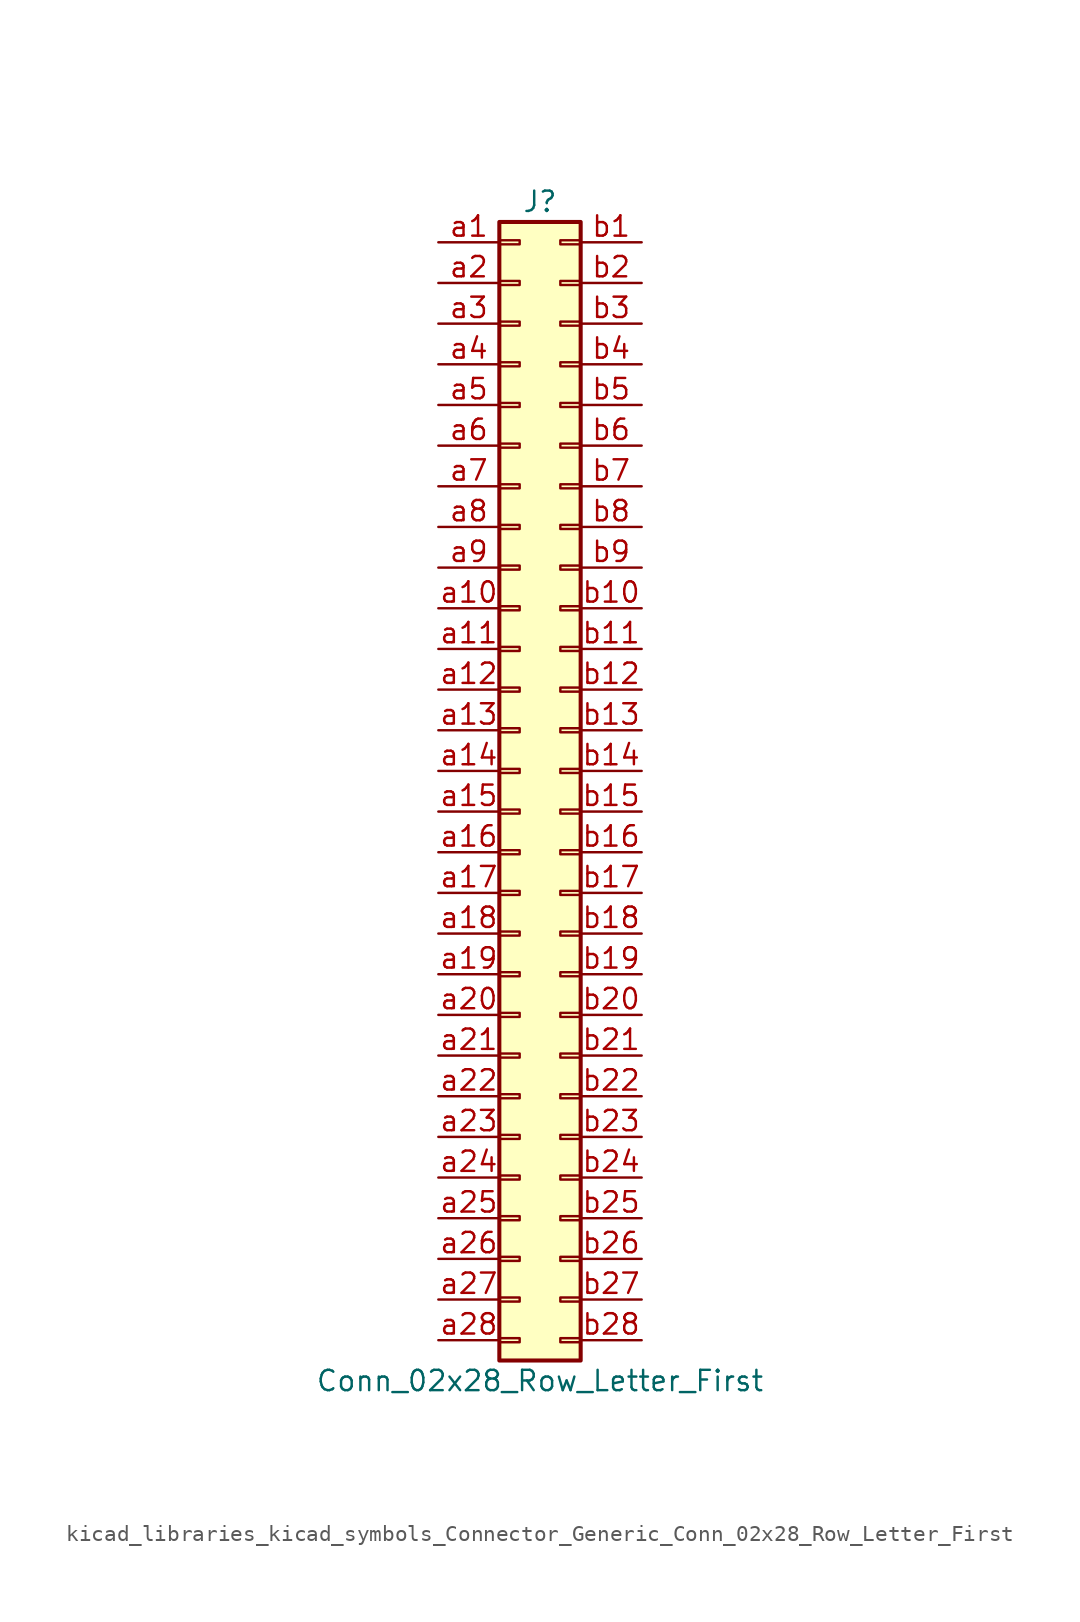
<source format=kicad_sym>
(kicad_symbol_lib
  (version 20220914)
  (generator kicad_symbol_editor)
  (symbol "kicad_libraries_kicad_symbols_Connector_Generic_Conn_02x28_Row_Letter_First"
    (pin_names
      (offset 1.016) hide)
    (property "Reference" "J"
      (at 1.27 35.56 0)
      (effects (font (size 1.27 1.27))))
    (property "Value" "Conn_02x28_Row_Letter_First"
      (at 1.27 -38.1 0)
      (effects (font (size 1.27 1.27))))
    (symbol "kicad_libraries_kicad_symbols_Connector_Generic_Conn_02x28_Row_Letter_First_1_1"
      (rectangle (start -1.27 -35.433) (end 0 -35.687) (stroke (width 0.152) (type default)) (fill (type none)))
      (rectangle (start -1.27 -32.893) (end 0 -33.147) (stroke (width 0.152) (type default)) (fill (type none)))
      (rectangle (start -1.27 -30.353) (end 0 -30.607) (stroke (width 0.152) (type default)) (fill (type none)))
      (rectangle (start -1.27 -27.813) (end 0 -28.067) (stroke (width 0.152) (type default)) (fill (type none)))
      (rectangle (start -1.27 -25.273) (end 0 -25.527) (stroke (width 0.152) (type default)) (fill (type none)))
      (rectangle (start -1.27 -22.733) (end 0 -22.987) (stroke (width 0.152) (type default)) (fill (type none)))
      (rectangle (start -1.27 -20.193) (end 0 -20.447) (stroke (width 0.152) (type default)) (fill (type none)))
      (rectangle (start -1.27 -17.653) (end 0 -17.907) (stroke (width 0.152) (type default)) (fill (type none)))
      (rectangle (start -1.27 -15.113) (end 0 -15.367) (stroke (width 0.152) (type default)) (fill (type none)))
      (rectangle (start -1.27 -12.573) (end 0 -12.827) (stroke (width 0.152) (type default)) (fill (type none)))
      (rectangle (start -1.27 -10.033) (end 0 -10.287) (stroke (width 0.152) (type default)) (fill (type none)))
      (rectangle (start -1.27 -7.493) (end 0 -7.747) (stroke (width 0.152) (type default)) (fill (type none)))
      (rectangle (start -1.27 -4.953) (end 0 -5.207) (stroke (width 0.152) (type default)) (fill (type none)))
      (rectangle (start -1.27 -2.413) (end 0 -2.667) (stroke (width 0.152) (type default)) (fill (type none)))
      (rectangle (start -1.27 0.127) (end 0 -0.127) (stroke (width 0.152) (type default)) (fill (type none)))
      (rectangle (start -1.27 2.667) (end 0 2.413) (stroke (width 0.152) (type default)) (fill (type none)))
      (rectangle (start -1.27 5.207) (end 0 4.953) (stroke (width 0.152) (type default)) (fill (type none)))
      (rectangle (start -1.27 7.747) (end 0 7.493) (stroke (width 0.152) (type default)) (fill (type none)))
      (rectangle (start -1.27 10.287) (end 0 10.033) (stroke (width 0.152) (type default)) (fill (type none)))
      (rectangle (start -1.27 12.827) (end 0 12.573) (stroke (width 0.152) (type default)) (fill (type none)))
      (rectangle (start -1.27 15.367) (end 0 15.113) (stroke (width 0.152) (type default)) (fill (type none)))
      (rectangle (start -1.27 17.907) (end 0 17.653) (stroke (width 0.152) (type default)) (fill (type none)))
      (rectangle (start -1.27 20.447) (end 0 20.193) (stroke (width 0.152) (type default)) (fill (type none)))
      (rectangle (start -1.27 22.987) (end 0 22.733) (stroke (width 0.152) (type default)) (fill (type none)))
      (rectangle (start -1.27 25.527) (end 0 25.273) (stroke (width 0.152) (type default)) (fill (type none)))
      (rectangle (start -1.27 28.067) (end 0 27.813) (stroke (width 0.152) (type default)) (fill (type none)))
      (rectangle (start -1.27 30.607) (end 0 30.353) (stroke (width 0.152) (type default)) (fill (type none)))
      (rectangle (start -1.27 33.147) (end 0 32.893) (stroke (width 0.152) (type default)) (fill (type none)))
      (rectangle (start -1.27 34.29) (end 3.81 -36.83) (stroke (width 0.254) (type default)) (fill (type background)))
      (rectangle (start 3.81 -35.433) (end 2.54 -35.687) (stroke (width 0.152) (type default)) (fill (type none)))
      (rectangle (start 3.81 -32.893) (end 2.54 -33.147) (stroke (width 0.152) (type default)) (fill (type none)))
      (rectangle (start 3.81 -30.353) (end 2.54 -30.607) (stroke (width 0.152) (type default)) (fill (type none)))
      (rectangle (start 3.81 -27.813) (end 2.54 -28.067) (stroke (width 0.152) (type default)) (fill (type none)))
      (rectangle (start 3.81 -25.273) (end 2.54 -25.527) (stroke (width 0.152) (type default)) (fill (type none)))
      (rectangle (start 3.81 -22.733) (end 2.54 -22.987) (stroke (width 0.152) (type default)) (fill (type none)))
      (rectangle (start 3.81 -20.193) (end 2.54 -20.447) (stroke (width 0.152) (type default)) (fill (type none)))
      (rectangle (start 3.81 -17.653) (end 2.54 -17.907) (stroke (width 0.152) (type default)) (fill (type none)))
      (rectangle (start 3.81 -15.113) (end 2.54 -15.367) (stroke (width 0.152) (type default)) (fill (type none)))
      (rectangle (start 3.81 -12.573) (end 2.54 -12.827) (stroke (width 0.152) (type default)) (fill (type none)))
      (rectangle (start 3.81 -10.033) (end 2.54 -10.287) (stroke (width 0.152) (type default)) (fill (type none)))
      (rectangle (start 3.81 -7.493) (end 2.54 -7.747) (stroke (width 0.152) (type default)) (fill (type none)))
      (rectangle (start 3.81 -4.953) (end 2.54 -5.207) (stroke (width 0.152) (type default)) (fill (type none)))
      (rectangle (start 3.81 -2.413) (end 2.54 -2.667) (stroke (width 0.152) (type default)) (fill (type none)))
      (rectangle (start 3.81 0.127) (end 2.54 -0.127) (stroke (width 0.152) (type default)) (fill (type none)))
      (rectangle (start 3.81 2.667) (end 2.54 2.413) (stroke (width 0.152) (type default)) (fill (type none)))
      (rectangle (start 3.81 5.207) (end 2.54 4.953) (stroke (width 0.152) (type default)) (fill (type none)))
      (rectangle (start 3.81 7.747) (end 2.54 7.493) (stroke (width 0.152) (type default)) (fill (type none)))
      (rectangle (start 3.81 10.287) (end 2.54 10.033) (stroke (width 0.152) (type default)) (fill (type none)))
      (rectangle (start 3.81 12.827) (end 2.54 12.573) (stroke (width 0.152) (type default)) (fill (type none)))
      (rectangle (start 3.81 15.367) (end 2.54 15.113) (stroke (width 0.152) (type default)) (fill (type none)))
      (rectangle (start 3.81 17.907) (end 2.54 17.653) (stroke (width 0.152) (type default)) (fill (type none)))
      (rectangle (start 3.81 20.447) (end 2.54 20.193) (stroke (width 0.152) (type default)) (fill (type none)))
      (rectangle (start 3.81 22.987) (end 2.54 22.733) (stroke (width 0.152) (type default)) (fill (type none)))
      (rectangle (start 3.81 25.527) (end 2.54 25.273) (stroke (width 0.152) (type default)) (fill (type none)))
      (rectangle (start 3.81 28.067) (end 2.54 27.813) (stroke (width 0.152) (type default)) (fill (type none)))
      (rectangle (start 3.81 30.607) (end 2.54 30.353) (stroke (width 0.152) (type default)) (fill (type none)))
      (rectangle (start 3.81 33.147) (end 2.54 32.893) (stroke (width 0.152) (type default)) (fill (type none)))
      (pin passive line (at -5.08 33.02 0) (length 3.81) (name "Pin_a1" (effects (font (size 1.27 1.27)))) (number "a1" (effects (font (size 1.27 1.27)))))
      (pin passive line (at -5.08 10.16 0) (length 3.81) (name "Pin_a10" (effects (font (size 1.27 1.27)))) (number "a10" (effects (font (size 1.27 1.27)))))
      (pin passive line (at -5.08 7.62 0) (length 3.81) (name "Pin_a11" (effects (font (size 1.27 1.27)))) (number "a11" (effects (font (size 1.27 1.27)))))
      (pin passive line (at -5.08 5.08 0) (length 3.81) (name "Pin_a12" (effects (font (size 1.27 1.27)))) (number "a12" (effects (font (size 1.27 1.27)))))
      (pin passive line (at -5.08 2.54 0) (length 3.81) (name "Pin_a13" (effects (font (size 1.27 1.27)))) (number "a13" (effects (font (size 1.27 1.27)))))
      (pin passive line (at -5.08 0 0) (length 3.81) (name "Pin_a14" (effects (font (size 1.27 1.27)))) (number "a14" (effects (font (size 1.27 1.27)))))
      (pin passive line (at -5.08 -2.54 0) (length 3.81) (name "Pin_a15" (effects (font (size 1.27 1.27)))) (number "a15" (effects (font (size 1.27 1.27)))))
      (pin passive line (at -5.08 -5.08 0) (length 3.81) (name "Pin_a16" (effects (font (size 1.27 1.27)))) (number "a16" (effects (font (size 1.27 1.27)))))
      (pin passive line (at -5.08 -7.62 0) (length 3.81) (name "Pin_a17" (effects (font (size 1.27 1.27)))) (number "a17" (effects (font (size 1.27 1.27)))))
      (pin passive line (at -5.08 -10.16 0) (length 3.81) (name "Pin_a18" (effects (font (size 1.27 1.27)))) (number "a18" (effects (font (size 1.27 1.27)))))
      (pin passive line (at -5.08 -12.7 0) (length 3.81) (name "Pin_a19" (effects (font (size 1.27 1.27)))) (number "a19" (effects (font (size 1.27 1.27)))))
      (pin passive line (at -5.08 30.48 0) (length 3.81) (name "Pin_a2" (effects (font (size 1.27 1.27)))) (number "a2" (effects (font (size 1.27 1.27)))))
      (pin passive line (at -5.08 -15.24 0) (length 3.81) (name "Pin_a20" (effects (font (size 1.27 1.27)))) (number "a20" (effects (font (size 1.27 1.27)))))
      (pin passive line (at -5.08 -17.78 0) (length 3.81) (name "Pin_a21" (effects (font (size 1.27 1.27)))) (number "a21" (effects (font (size 1.27 1.27)))))
      (pin passive line (at -5.08 -20.32 0) (length 3.81) (name "Pin_a22" (effects (font (size 1.27 1.27)))) (number "a22" (effects (font (size 1.27 1.27)))))
      (pin passive line (at -5.08 -22.86 0) (length 3.81) (name "Pin_a23" (effects (font (size 1.27 1.27)))) (number "a23" (effects (font (size 1.27 1.27)))))
      (pin passive line (at -5.08 -25.4 0) (length 3.81) (name "Pin_a24" (effects (font (size 1.27 1.27)))) (number "a24" (effects (font (size 1.27 1.27)))))
      (pin passive line (at -5.08 -27.94 0) (length 3.81) (name "Pin_a25" (effects (font (size 1.27 1.27)))) (number "a25" (effects (font (size 1.27 1.27)))))
      (pin passive line (at -5.08 -30.48 0) (length 3.81) (name "Pin_a26" (effects (font (size 1.27 1.27)))) (number "a26" (effects (font (size 1.27 1.27)))))
      (pin passive line (at -5.08 -33.02 0) (length 3.81) (name "Pin_a27" (effects (font (size 1.27 1.27)))) (number "a27" (effects (font (size 1.27 1.27)))))
      (pin passive line (at -5.08 -35.56 0) (length 3.81) (name "Pin_a28" (effects (font (size 1.27 1.27)))) (number "a28" (effects (font (size 1.27 1.27)))))
      (pin passive line (at -5.08 27.94 0) (length 3.81) (name "Pin_a3" (effects (font (size 1.27 1.27)))) (number "a3" (effects (font (size 1.27 1.27)))))
      (pin passive line (at -5.08 25.4 0) (length 3.81) (name "Pin_a4" (effects (font (size 1.27 1.27)))) (number "a4" (effects (font (size 1.27 1.27)))))
      (pin passive line (at -5.08 22.86 0) (length 3.81) (name "Pin_a5" (effects (font (size 1.27 1.27)))) (number "a5" (effects (font (size 1.27 1.27)))))
      (pin passive line (at -5.08 20.32 0) (length 3.81) (name "Pin_a6" (effects (font (size 1.27 1.27)))) (number "a6" (effects (font (size 1.27 1.27)))))
      (pin passive line (at -5.08 17.78 0) (length 3.81) (name "Pin_a7" (effects (font (size 1.27 1.27)))) (number "a7" (effects (font (size 1.27 1.27)))))
      (pin passive line (at -5.08 15.24 0) (length 3.81) (name "Pin_a8" (effects (font (size 1.27 1.27)))) (number "a8" (effects (font (size 1.27 1.27)))))
      (pin passive line (at -5.08 12.7 0) (length 3.81) (name "Pin_a9" (effects (font (size 1.27 1.27)))) (number "a9" (effects (font (size 1.27 1.27)))))
      (pin passive line (at 7.62 33.02 180) (length 3.81) (name "Pin_b1" (effects (font (size 1.27 1.27)))) (number "b1" (effects (font (size 1.27 1.27)))))
      (pin passive line (at 7.62 10.16 180) (length 3.81) (name "Pin_b10" (effects (font (size 1.27 1.27)))) (number "b10" (effects (font (size 1.27 1.27)))))
      (pin passive line (at 7.62 7.62 180) (length 3.81) (name "Pin_b11" (effects (font (size 1.27 1.27)))) (number "b11" (effects (font (size 1.27 1.27)))))
      (pin passive line (at 7.62 5.08 180) (length 3.81) (name "Pin_b12" (effects (font (size 1.27 1.27)))) (number "b12" (effects (font (size 1.27 1.27)))))
      (pin passive line (at 7.62 2.54 180) (length 3.81) (name "Pin_b13" (effects (font (size 1.27 1.27)))) (number "b13" (effects (font (size 1.27 1.27)))))
      (pin passive line (at 7.62 0 180) (length 3.81) (name "Pin_b14" (effects (font (size 1.27 1.27)))) (number "b14" (effects (font (size 1.27 1.27)))))
      (pin passive line (at 7.62 -2.54 180) (length 3.81) (name "Pin_b15" (effects (font (size 1.27 1.27)))) (number "b15" (effects (font (size 1.27 1.27)))))
      (pin passive line (at 7.62 -5.08 180) (length 3.81) (name "Pin_b16" (effects (font (size 1.27 1.27)))) (number "b16" (effects (font (size 1.27 1.27)))))
      (pin passive line (at 7.62 -7.62 180) (length 3.81) (name "Pin_b17" (effects (font (size 1.27 1.27)))) (number "b17" (effects (font (size 1.27 1.27)))))
      (pin passive line (at 7.62 -10.16 180) (length 3.81) (name "Pin_b18" (effects (font (size 1.27 1.27)))) (number "b18" (effects (font (size 1.27 1.27)))))
      (pin passive line (at 7.62 -12.7 180) (length 3.81) (name "Pin_b19" (effects (font (size 1.27 1.27)))) (number "b19" (effects (font (size 1.27 1.27)))))
      (pin passive line (at 7.62 30.48 180) (length 3.81) (name "Pin_b2" (effects (font (size 1.27 1.27)))) (number "b2" (effects (font (size 1.27 1.27)))))
      (pin passive line (at 7.62 -15.24 180) (length 3.81) (name "Pin_b20" (effects (font (size 1.27 1.27)))) (number "b20" (effects (font (size 1.27 1.27)))))
      (pin passive line (at 7.62 -17.78 180) (length 3.81) (name "Pin_b21" (effects (font (size 1.27 1.27)))) (number "b21" (effects (font (size 1.27 1.27)))))
      (pin passive line (at 7.62 -20.32 180) (length 3.81) (name "Pin_b22" (effects (font (size 1.27 1.27)))) (number "b22" (effects (font (size 1.27 1.27)))))
      (pin passive line (at 7.62 -22.86 180) (length 3.81) (name "Pin_b23" (effects (font (size 1.27 1.27)))) (number "b23" (effects (font (size 1.27 1.27)))))
      (pin passive line (at 7.62 -25.4 180) (length 3.81) (name "Pin_b24" (effects (font (size 1.27 1.27)))) (number "b24" (effects (font (size 1.27 1.27)))))
      (pin passive line (at 7.62 -27.94 180) (length 3.81) (name "Pin_b25" (effects (font (size 1.27 1.27)))) (number "b25" (effects (font (size 1.27 1.27)))))
      (pin passive line (at 7.62 -30.48 180) (length 3.81) (name "Pin_b26" (effects (font (size 1.27 1.27)))) (number "b26" (effects (font (size 1.27 1.27)))))
      (pin passive line (at 7.62 -33.02 180) (length 3.81) (name "Pin_b27" (effects (font (size 1.27 1.27)))) (number "b27" (effects (font (size 1.27 1.27)))))
      (pin passive line (at 7.62 -35.56 180) (length 3.81) (name "Pin_b28" (effects (font (size 1.27 1.27)))) (number "b28" (effects (font (size 1.27 1.27)))))
      (pin passive line (at 7.62 27.94 180) (length 3.81) (name "Pin_b3" (effects (font (size 1.27 1.27)))) (number "b3" (effects (font (size 1.27 1.27)))))
      (pin passive line (at 7.62 25.4 180) (length 3.81) (name "Pin_b4" (effects (font (size 1.27 1.27)))) (number "b4" (effects (font (size 1.27 1.27)))))
      (pin passive line (at 7.62 22.86 180) (length 3.81) (name "Pin_b5" (effects (font (size 1.27 1.27)))) (number "b5" (effects (font (size 1.27 1.27)))))
      (pin passive line (at 7.62 20.32 180) (length 3.81) (name "Pin_b6" (effects (font (size 1.27 1.27)))) (number "b6" (effects (font (size 1.27 1.27)))))
      (pin passive line (at 7.62 17.78 180) (length 3.81) (name "Pin_b7" (effects (font (size 1.27 1.27)))) (number "b7" (effects (font (size 1.27 1.27)))))
      (pin passive line (at 7.62 15.24 180) (length 3.81) (name "Pin_b8" (effects (font (size 1.27 1.27)))) (number "b8" (effects (font (size 1.27 1.27)))))
      (pin passive line (at 7.62 12.7 180) (length 3.81) (name "Pin_b9" (effects (font (size 1.27 1.27)))) (number "b9" (effects (font (size 1.27 1.27))))))))
</source>
